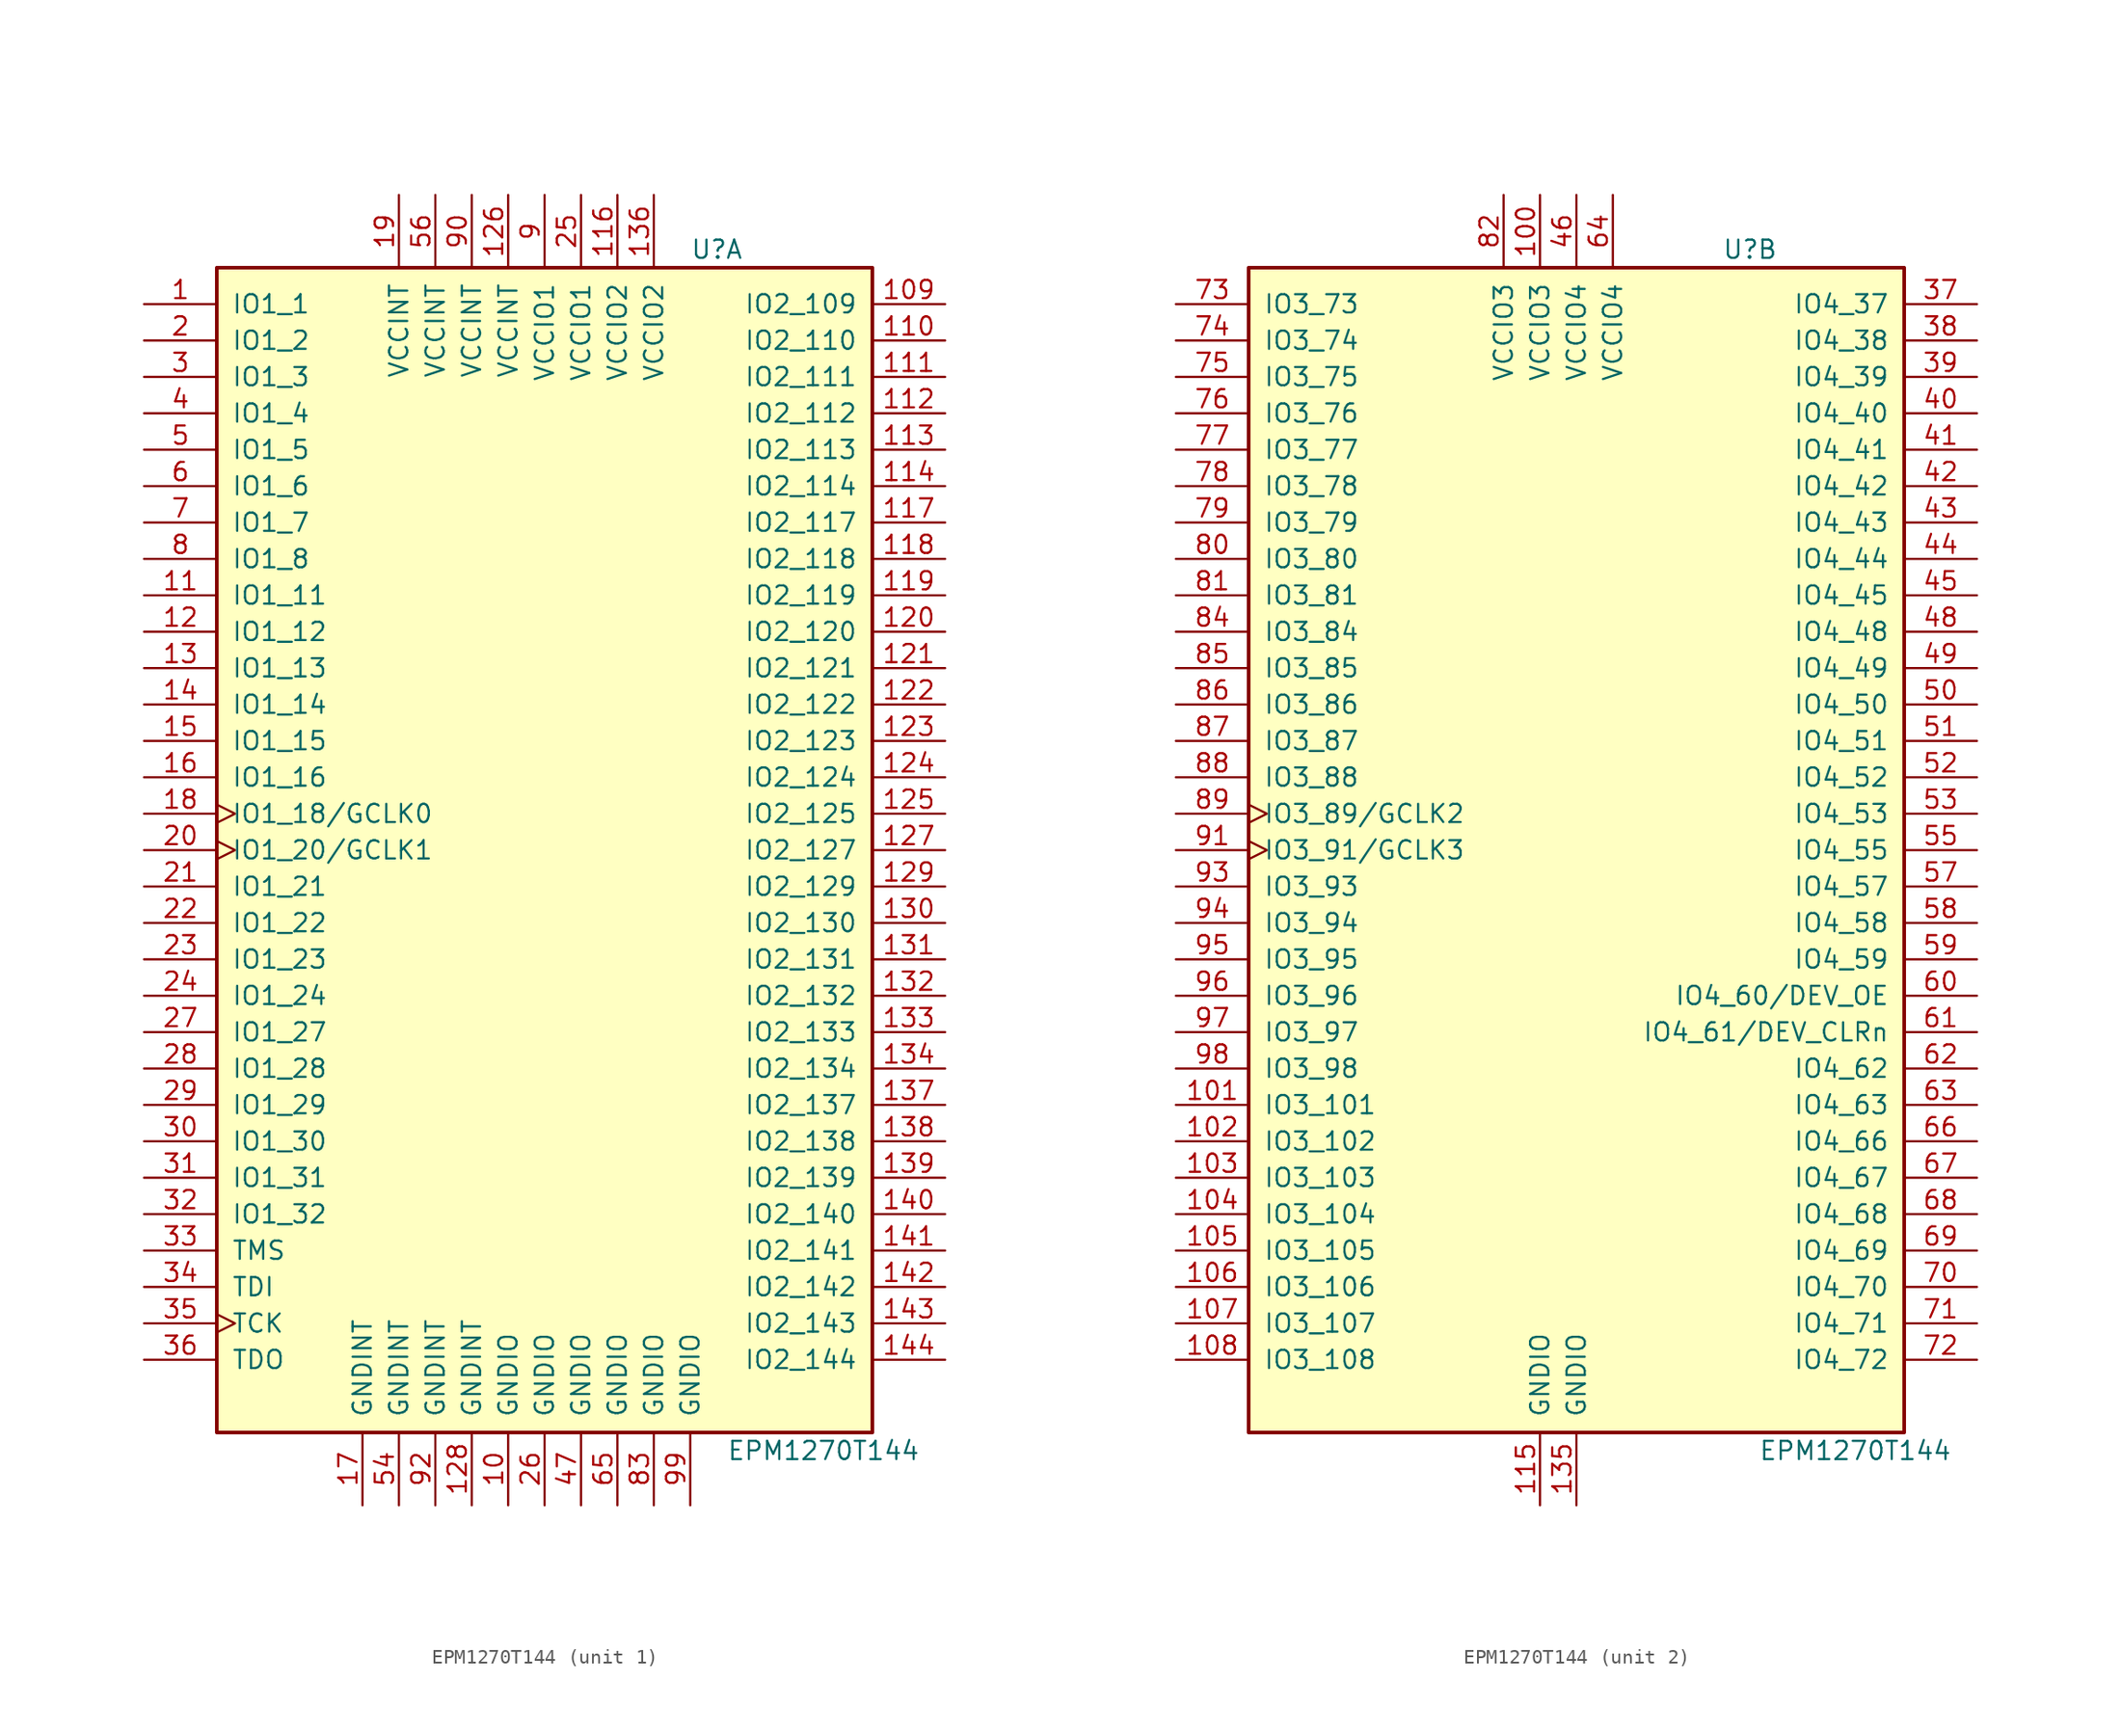
<source format=kicad_sym>
(kicad_symbol_lib
  (version 20211014)
  (generator kicad_symbol_editor)
  (symbol "EPM1270T144"
    (pin_names
      (offset 1.016))
    (property "Reference" "U"
      (at 10.16 41.91 0)
      (effects (font (size 1.27 1.27)) (justify left)))
    (property "Value" "EPM1270T144"
      (at 12.7 -41.91 0)
      (effects (font (size 1.27 1.27)) (justify left)))
    (property "ki_locked" ""
      (at 0 0 0)
      (effects (font (size 1.27 1.27))))
    (symbol "EPM1270T144_1_1"
      (rectangle (start -22.86 40.64) (end 22.86 -40.64) (stroke (width 0.254) (type default) (color 0 0 0 0)) (fill (type background)))
      (pin bidirectional line (at -27.94 38.1 0) (length 5.08) (name "IO1_1" (effects (font (size 1.27 1.27)))) (number "1" (effects (font (size 1.27 1.27)))))
      (pin power_in line (at -2.54 -45.72 90) (length 5.08) (name "GNDIO" (effects (font (size 1.27 1.27)))) (number "10" (effects (font (size 1.27 1.27)))))
      (pin bidirectional line (at 27.94 38.1 180) (length 5.08) (name "IO2_109" (effects (font (size 1.27 1.27)))) (number "109" (effects (font (size 1.27 1.27)))))
      (pin bidirectional line (at -27.94 17.78 0) (length 5.08) (name "IO1_11" (effects (font (size 1.27 1.27)))) (number "11" (effects (font (size 1.27 1.27)))))
      (pin bidirectional line (at 27.94 35.56 180) (length 5.08) (name "IO2_110" (effects (font (size 1.27 1.27)))) (number "110" (effects (font (size 1.27 1.27)))))
      (pin bidirectional line (at 27.94 33.02 180) (length 5.08) (name "IO2_111" (effects (font (size 1.27 1.27)))) (number "111" (effects (font (size 1.27 1.27)))))
      (pin bidirectional line (at 27.94 30.48 180) (length 5.08) (name "IO2_112" (effects (font (size 1.27 1.27)))) (number "112" (effects (font (size 1.27 1.27)))))
      (pin bidirectional line (at 27.94 27.94 180) (length 5.08) (name "IO2_113" (effects (font (size 1.27 1.27)))) (number "113" (effects (font (size 1.27 1.27)))))
      (pin bidirectional line (at 27.94 25.4 180) (length 5.08) (name "IO2_114" (effects (font (size 1.27 1.27)))) (number "114" (effects (font (size 1.27 1.27)))))
      (pin power_in line (at 5.08 45.72 270) (length 5.08) (name "VCCIO2" (effects (font (size 1.27 1.27)))) (number "116" (effects (font (size 1.27 1.27)))))
      (pin bidirectional line (at 27.94 22.86 180) (length 5.08) (name "IO2_117" (effects (font (size 1.27 1.27)))) (number "117" (effects (font (size 1.27 1.27)))))
      (pin bidirectional line (at 27.94 20.32 180) (length 5.08) (name "IO2_118" (effects (font (size 1.27 1.27)))) (number "118" (effects (font (size 1.27 1.27)))))
      (pin bidirectional line (at 27.94 17.78 180) (length 5.08) (name "IO2_119" (effects (font (size 1.27 1.27)))) (number "119" (effects (font (size 1.27 1.27)))))
      (pin bidirectional line (at -27.94 15.24 0) (length 5.08) (name "IO1_12" (effects (font (size 1.27 1.27)))) (number "12" (effects (font (size 1.27 1.27)))))
      (pin bidirectional line (at 27.94 15.24 180) (length 5.08) (name "IO2_120" (effects (font (size 1.27 1.27)))) (number "120" (effects (font (size 1.27 1.27)))))
      (pin bidirectional line (at 27.94 12.7 180) (length 5.08) (name "IO2_121" (effects (font (size 1.27 1.27)))) (number "121" (effects (font (size 1.27 1.27)))))
      (pin bidirectional line (at 27.94 10.16 180) (length 5.08) (name "IO2_122" (effects (font (size 1.27 1.27)))) (number "122" (effects (font (size 1.27 1.27)))))
      (pin bidirectional line (at 27.94 7.62 180) (length 5.08) (name "IO2_123" (effects (font (size 1.27 1.27)))) (number "123" (effects (font (size 1.27 1.27)))))
      (pin bidirectional line (at 27.94 5.08 180) (length 5.08) (name "IO2_124" (effects (font (size 1.27 1.27)))) (number "124" (effects (font (size 1.27 1.27)))))
      (pin bidirectional line (at 27.94 2.54 180) (length 5.08) (name "IO2_125" (effects (font (size 1.27 1.27)))) (number "125" (effects (font (size 1.27 1.27)))))
      (pin power_in line (at -2.54 45.72 270) (length 5.08) (name "VCCINT" (effects (font (size 1.27 1.27)))) (number "126" (effects (font (size 1.27 1.27)))))
      (pin bidirectional line (at 27.94 0 180) (length 5.08) (name "IO2_127" (effects (font (size 1.27 1.27)))) (number "127" (effects (font (size 1.27 1.27)))))
      (pin power_in line (at -5.08 -45.72 90) (length 5.08) (name "GNDINT" (effects (font (size 1.27 1.27)))) (number "128" (effects (font (size 1.27 1.27)))))
      (pin bidirectional line (at 27.94 -2.54 180) (length 5.08) (name "IO2_129" (effects (font (size 1.27 1.27)))) (number "129" (effects (font (size 1.27 1.27)))))
      (pin bidirectional line (at -27.94 12.7 0) (length 5.08) (name "IO1_13" (effects (font (size 1.27 1.27)))) (number "13" (effects (font (size 1.27 1.27)))))
      (pin bidirectional line (at 27.94 -5.08 180) (length 5.08) (name "IO2_130" (effects (font (size 1.27 1.27)))) (number "130" (effects (font (size 1.27 1.27)))))
      (pin bidirectional line (at 27.94 -7.62 180) (length 5.08) (name "IO2_131" (effects (font (size 1.27 1.27)))) (number "131" (effects (font (size 1.27 1.27)))))
      (pin bidirectional line (at 27.94 -10.16 180) (length 5.08) (name "IO2_132" (effects (font (size 1.27 1.27)))) (number "132" (effects (font (size 1.27 1.27)))))
      (pin bidirectional line (at 27.94 -12.7 180) (length 5.08) (name "IO2_133" (effects (font (size 1.27 1.27)))) (number "133" (effects (font (size 1.27 1.27)))))
      (pin bidirectional line (at 27.94 -15.24 180) (length 5.08) (name "IO2_134" (effects (font (size 1.27 1.27)))) (number "134" (effects (font (size 1.27 1.27)))))
      (pin power_in line (at 7.62 45.72 270) (length 5.08) (name "VCCIO2" (effects (font (size 1.27 1.27)))) (number "136" (effects (font (size 1.27 1.27)))))
      (pin bidirectional line (at 27.94 -17.78 180) (length 5.08) (name "IO2_137" (effects (font (size 1.27 1.27)))) (number "137" (effects (font (size 1.27 1.27)))))
      (pin bidirectional line (at 27.94 -20.32 180) (length 5.08) (name "IO2_138" (effects (font (size 1.27 1.27)))) (number "138" (effects (font (size 1.27 1.27)))))
      (pin bidirectional line (at 27.94 -22.86 180) (length 5.08) (name "IO2_139" (effects (font (size 1.27 1.27)))) (number "139" (effects (font (size 1.27 1.27)))))
      (pin bidirectional line (at -27.94 10.16 0) (length 5.08) (name "IO1_14" (effects (font (size 1.27 1.27)))) (number "14" (effects (font (size 1.27 1.27)))))
      (pin bidirectional line (at 27.94 -25.4 180) (length 5.08) (name "IO2_140" (effects (font (size 1.27 1.27)))) (number "140" (effects (font (size 1.27 1.27)))))
      (pin bidirectional line (at 27.94 -27.94 180) (length 5.08) (name "IO2_141" (effects (font (size 1.27 1.27)))) (number "141" (effects (font (size 1.27 1.27)))))
      (pin bidirectional line (at 27.94 -30.48 180) (length 5.08) (name "IO2_142" (effects (font (size 1.27 1.27)))) (number "142" (effects (font (size 1.27 1.27)))))
      (pin bidirectional line (at 27.94 -33.02 180) (length 5.08) (name "IO2_143" (effects (font (size 1.27 1.27)))) (number "143" (effects (font (size 1.27 1.27)))))
      (pin bidirectional line (at 27.94 -35.56 180) (length 5.08) (name "IO2_144" (effects (font (size 1.27 1.27)))) (number "144" (effects (font (size 1.27 1.27)))))
      (pin bidirectional line (at -27.94 7.62 0) (length 5.08) (name "IO1_15" (effects (font (size 1.27 1.27)))) (number "15" (effects (font (size 1.27 1.27)))))
      (pin bidirectional line (at -27.94 5.08 0) (length 5.08) (name "IO1_16" (effects (font (size 1.27 1.27)))) (number "16" (effects (font (size 1.27 1.27)))))
      (pin power_in line (at -12.7 -45.72 90) (length 5.08) (name "GNDINT" (effects (font (size 1.27 1.27)))) (number "17" (effects (font (size 1.27 1.27)))))
      (pin bidirectional clock (at -27.94 2.54 0) (length 5.08) (name "IO1_18/GCLK0" (effects (font (size 1.27 1.27)))) (number "18" (effects (font (size 1.27 1.27)))))
      (pin power_in line (at -10.16 45.72 270) (length 5.08) (name "VCCINT" (effects (font (size 1.27 1.27)))) (number "19" (effects (font (size 1.27 1.27)))))
      (pin bidirectional line (at -27.94 35.56 0) (length 5.08) (name "IO1_2" (effects (font (size 1.27 1.27)))) (number "2" (effects (font (size 1.27 1.27)))))
      (pin bidirectional clock (at -27.94 0 0) (length 5.08) (name "IO1_20/GCLK1" (effects (font (size 1.27 1.27)))) (number "20" (effects (font (size 1.27 1.27)))))
      (pin bidirectional line (at -27.94 -2.54 0) (length 5.08) (name "IO1_21" (effects (font (size 1.27 1.27)))) (number "21" (effects (font (size 1.27 1.27)))))
      (pin bidirectional line (at -27.94 -5.08 0) (length 5.08) (name "IO1_22" (effects (font (size 1.27 1.27)))) (number "22" (effects (font (size 1.27 1.27)))))
      (pin bidirectional line (at -27.94 -7.62 0) (length 5.08) (name "IO1_23" (effects (font (size 1.27 1.27)))) (number "23" (effects (font (size 1.27 1.27)))))
      (pin bidirectional line (at -27.94 -10.16 0) (length 5.08) (name "IO1_24" (effects (font (size 1.27 1.27)))) (number "24" (effects (font (size 1.27 1.27)))))
      (pin power_in line (at 2.54 45.72 270) (length 5.08) (name "VCCIO1" (effects (font (size 1.27 1.27)))) (number "25" (effects (font (size 1.27 1.27)))))
      (pin power_in line (at 0 -45.72 90) (length 5.08) (name "GNDIO" (effects (font (size 1.27 1.27)))) (number "26" (effects (font (size 1.27 1.27)))))
      (pin bidirectional line (at -27.94 -12.7 0) (length 5.08) (name "IO1_27" (effects (font (size 1.27 1.27)))) (number "27" (effects (font (size 1.27 1.27)))))
      (pin bidirectional line (at -27.94 -15.24 0) (length 5.08) (name "IO1_28" (effects (font (size 1.27 1.27)))) (number "28" (effects (font (size 1.27 1.27)))))
      (pin bidirectional line (at -27.94 -17.78 0) (length 5.08) (name "IO1_29" (effects (font (size 1.27 1.27)))) (number "29" (effects (font (size 1.27 1.27)))))
      (pin bidirectional line (at -27.94 33.02 0) (length 5.08) (name "IO1_3" (effects (font (size 1.27 1.27)))) (number "3" (effects (font (size 1.27 1.27)))))
      (pin bidirectional line (at -27.94 -20.32 0) (length 5.08) (name "IO1_30" (effects (font (size 1.27 1.27)))) (number "30" (effects (font (size 1.27 1.27)))))
      (pin bidirectional line (at -27.94 -22.86 0) (length 5.08) (name "IO1_31" (effects (font (size 1.27 1.27)))) (number "31" (effects (font (size 1.27 1.27)))))
      (pin bidirectional line (at -27.94 -25.4 0) (length 5.08) (name "IO1_32" (effects (font (size 1.27 1.27)))) (number "32" (effects (font (size 1.27 1.27)))))
      (pin input line (at -27.94 -27.94 0) (length 5.08) (name "TMS" (effects (font (size 1.27 1.27)))) (number "33" (effects (font (size 1.27 1.27)))))
      (pin input line (at -27.94 -30.48 0) (length 5.08) (name "TDI" (effects (font (size 1.27 1.27)))) (number "34" (effects (font (size 1.27 1.27)))))
      (pin input clock (at -27.94 -33.02 0) (length 5.08) (name "TCK" (effects (font (size 1.27 1.27)))) (number "35" (effects (font (size 1.27 1.27)))))
      (pin output line (at -27.94 -35.56 0) (length 5.08) (name "TDO" (effects (font (size 1.27 1.27)))) (number "36" (effects (font (size 1.27 1.27)))))
      (pin bidirectional line (at -27.94 30.48 0) (length 5.08) (name "IO1_4" (effects (font (size 1.27 1.27)))) (number "4" (effects (font (size 1.27 1.27)))))
      (pin power_in line (at 2.54 -45.72 90) (length 5.08) (name "GNDIO" (effects (font (size 1.27 1.27)))) (number "47" (effects (font (size 1.27 1.27)))))
      (pin bidirectional line (at -27.94 27.94 0) (length 5.08) (name "IO1_5" (effects (font (size 1.27 1.27)))) (number "5" (effects (font (size 1.27 1.27)))))
      (pin power_in line (at -10.16 -45.72 90) (length 5.08) (name "GNDINT" (effects (font (size 1.27 1.27)))) (number "54" (effects (font (size 1.27 1.27)))))
      (pin power_in line (at -7.62 45.72 270) (length 5.08) (name "VCCINT" (effects (font (size 1.27 1.27)))) (number "56" (effects (font (size 1.27 1.27)))))
      (pin bidirectional line (at -27.94 25.4 0) (length 5.08) (name "IO1_6" (effects (font (size 1.27 1.27)))) (number "6" (effects (font (size 1.27 1.27)))))
      (pin power_in line (at 5.08 -45.72 90) (length 5.08) (name "GNDIO" (effects (font (size 1.27 1.27)))) (number "65" (effects (font (size 1.27 1.27)))))
      (pin bidirectional line (at -27.94 22.86 0) (length 5.08) (name "IO1_7" (effects (font (size 1.27 1.27)))) (number "7" (effects (font (size 1.27 1.27)))))
      (pin bidirectional line (at -27.94 20.32 0) (length 5.08) (name "IO1_8" (effects (font (size 1.27 1.27)))) (number "8" (effects (font (size 1.27 1.27)))))
      (pin power_in line (at 7.62 -45.72 90) (length 5.08) (name "GNDIO" (effects (font (size 1.27 1.27)))) (number "83" (effects (font (size 1.27 1.27)))))
      (pin power_in line (at 0 45.72 270) (length 5.08) (name "VCCIO1" (effects (font (size 1.27 1.27)))) (number "9" (effects (font (size 1.27 1.27)))))
      (pin power_in line (at -5.08 45.72 270) (length 5.08) (name "VCCINT" (effects (font (size 1.27 1.27)))) (number "90" (effects (font (size 1.27 1.27)))))
      (pin power_in line (at -7.62 -45.72 90) (length 5.08) (name "GNDINT" (effects (font (size 1.27 1.27)))) (number "92" (effects (font (size 1.27 1.27)))))
      (pin power_in line (at 10.16 -45.72 90) (length 5.08) (name "GNDIO" (effects (font (size 1.27 1.27)))) (number "99" (effects (font (size 1.27 1.27))))))
    (symbol "EPM1270T144_2_1"
      (rectangle (start -22.86 40.64) (end 22.86 -40.64) (stroke (width 0.254) (type default) (color 0 0 0 0)) (fill (type background)))
      (pin power_in line (at -2.54 45.72 270) (length 5.08) (name "VCCIO3" (effects (font (size 1.27 1.27)))) (number "100" (effects (font (size 1.27 1.27)))))
      (pin bidirectional line (at -27.94 -17.78 0) (length 5.08) (name "IO3_101" (effects (font (size 1.27 1.27)))) (number "101" (effects (font (size 1.27 1.27)))))
      (pin bidirectional line (at -27.94 -20.32 0) (length 5.08) (name "IO3_102" (effects (font (size 1.27 1.27)))) (number "102" (effects (font (size 1.27 1.27)))))
      (pin bidirectional line (at -27.94 -22.86 0) (length 5.08) (name "IO3_103" (effects (font (size 1.27 1.27)))) (number "103" (effects (font (size 1.27 1.27)))))
      (pin bidirectional line (at -27.94 -25.4 0) (length 5.08) (name "IO3_104" (effects (font (size 1.27 1.27)))) (number "104" (effects (font (size 1.27 1.27)))))
      (pin bidirectional line (at -27.94 -27.94 0) (length 5.08) (name "IO3_105" (effects (font (size 1.27 1.27)))) (number "105" (effects (font (size 1.27 1.27)))))
      (pin bidirectional line (at -27.94 -30.48 0) (length 5.08) (name "IO3_106" (effects (font (size 1.27 1.27)))) (number "106" (effects (font (size 1.27 1.27)))))
      (pin bidirectional line (at -27.94 -33.02 0) (length 5.08) (name "IO3_107" (effects (font (size 1.27 1.27)))) (number "107" (effects (font (size 1.27 1.27)))))
      (pin bidirectional line (at -27.94 -35.56 0) (length 5.08) (name "IO3_108" (effects (font (size 1.27 1.27)))) (number "108" (effects (font (size 1.27 1.27)))))
      (pin power_in line (at -2.54 -45.72 90) (length 5.08) (name "GNDIO" (effects (font (size 1.27 1.27)))) (number "115" (effects (font (size 1.27 1.27)))))
      (pin power_in line (at 0 -45.72 90) (length 5.08) (name "GNDIO" (effects (font (size 1.27 1.27)))) (number "135" (effects (font (size 1.27 1.27)))))
      (pin bidirectional line (at 27.94 38.1 180) (length 5.08) (name "IO4_37" (effects (font (size 1.27 1.27)))) (number "37" (effects (font (size 1.27 1.27)))))
      (pin bidirectional line (at 27.94 35.56 180) (length 5.08) (name "IO4_38" (effects (font (size 1.27 1.27)))) (number "38" (effects (font (size 1.27 1.27)))))
      (pin bidirectional line (at 27.94 33.02 180) (length 5.08) (name "IO4_39" (effects (font (size 1.27 1.27)))) (number "39" (effects (font (size 1.27 1.27)))))
      (pin bidirectional line (at 27.94 30.48 180) (length 5.08) (name "IO4_40" (effects (font (size 1.27 1.27)))) (number "40" (effects (font (size 1.27 1.27)))))
      (pin bidirectional line (at 27.94 27.94 180) (length 5.08) (name "IO4_41" (effects (font (size 1.27 1.27)))) (number "41" (effects (font (size 1.27 1.27)))))
      (pin bidirectional line (at 27.94 25.4 180) (length 5.08) (name "IO4_42" (effects (font (size 1.27 1.27)))) (number "42" (effects (font (size 1.27 1.27)))))
      (pin bidirectional line (at 27.94 22.86 180) (length 5.08) (name "IO4_43" (effects (font (size 1.27 1.27)))) (number "43" (effects (font (size 1.27 1.27)))))
      (pin bidirectional line (at 27.94 20.32 180) (length 5.08) (name "IO4_44" (effects (font (size 1.27 1.27)))) (number "44" (effects (font (size 1.27 1.27)))))
      (pin bidirectional line (at 27.94 17.78 180) (length 5.08) (name "IO4_45" (effects (font (size 1.27 1.27)))) (number "45" (effects (font (size 1.27 1.27)))))
      (pin power_in line (at 0 45.72 270) (length 5.08) (name "VCCIO4" (effects (font (size 1.27 1.27)))) (number "46" (effects (font (size 1.27 1.27)))))
      (pin bidirectional line (at 27.94 15.24 180) (length 5.08) (name "IO4_48" (effects (font (size 1.27 1.27)))) (number "48" (effects (font (size 1.27 1.27)))))
      (pin bidirectional line (at 27.94 12.7 180) (length 5.08) (name "IO4_49" (effects (font (size 1.27 1.27)))) (number "49" (effects (font (size 1.27 1.27)))))
      (pin bidirectional line (at 27.94 10.16 180) (length 5.08) (name "IO4_50" (effects (font (size 1.27 1.27)))) (number "50" (effects (font (size 1.27 1.27)))))
      (pin bidirectional line (at 27.94 7.62 180) (length 5.08) (name "IO4_51" (effects (font (size 1.27 1.27)))) (number "51" (effects (font (size 1.27 1.27)))))
      (pin bidirectional line (at 27.94 5.08 180) (length 5.08) (name "IO4_52" (effects (font (size 1.27 1.27)))) (number "52" (effects (font (size 1.27 1.27)))))
      (pin bidirectional line (at 27.94 2.54 180) (length 5.08) (name "IO4_53" (effects (font (size 1.27 1.27)))) (number "53" (effects (font (size 1.27 1.27)))))
      (pin bidirectional line (at 27.94 0 180) (length 5.08) (name "IO4_55" (effects (font (size 1.27 1.27)))) (number "55" (effects (font (size 1.27 1.27)))))
      (pin bidirectional line (at 27.94 -2.54 180) (length 5.08) (name "IO4_57" (effects (font (size 1.27 1.27)))) (number "57" (effects (font (size 1.27 1.27)))))
      (pin bidirectional line (at 27.94 -5.08 180) (length 5.08) (name "IO4_58" (effects (font (size 1.27 1.27)))) (number "58" (effects (font (size 1.27 1.27)))))
      (pin bidirectional line (at 27.94 -7.62 180) (length 5.08) (name "IO4_59" (effects (font (size 1.27 1.27)))) (number "59" (effects (font (size 1.27 1.27)))))
      (pin bidirectional line (at 27.94 -10.16 180) (length 5.08) (name "IO4_60/DEV_OE" (effects (font (size 1.27 1.27)))) (number "60" (effects (font (size 1.27 1.27)))))
      (pin bidirectional line (at 27.94 -12.7 180) (length 5.08) (name "IO4_61/DEV_CLRn" (effects (font (size 1.27 1.27)))) (number "61" (effects (font (size 1.27 1.27)))))
      (pin bidirectional line (at 27.94 -15.24 180) (length 5.08) (name "IO4_62" (effects (font (size 1.27 1.27)))) (number "62" (effects (font (size 1.27 1.27)))))
      (pin bidirectional line (at 27.94 -17.78 180) (length 5.08) (name "IO4_63" (effects (font (size 1.27 1.27)))) (number "63" (effects (font (size 1.27 1.27)))))
      (pin power_in line (at 2.54 45.72 270) (length 5.08) (name "VCCIO4" (effects (font (size 1.27 1.27)))) (number "64" (effects (font (size 1.27 1.27)))))
      (pin bidirectional line (at 27.94 -20.32 180) (length 5.08) (name "IO4_66" (effects (font (size 1.27 1.27)))) (number "66" (effects (font (size 1.27 1.27)))))
      (pin bidirectional line (at 27.94 -22.86 180) (length 5.08) (name "IO4_67" (effects (font (size 1.27 1.27)))) (number "67" (effects (font (size 1.27 1.27)))))
      (pin bidirectional line (at 27.94 -25.4 180) (length 5.08) (name "IO4_68" (effects (font (size 1.27 1.27)))) (number "68" (effects (font (size 1.27 1.27)))))
      (pin bidirectional line (at 27.94 -27.94 180) (length 5.08) (name "IO4_69" (effects (font (size 1.27 1.27)))) (number "69" (effects (font (size 1.27 1.27)))))
      (pin bidirectional line (at 27.94 -30.48 180) (length 5.08) (name "IO4_70" (effects (font (size 1.27 1.27)))) (number "70" (effects (font (size 1.27 1.27)))))
      (pin bidirectional line (at 27.94 -33.02 180) (length 5.08) (name "IO4_71" (effects (font (size 1.27 1.27)))) (number "71" (effects (font (size 1.27 1.27)))))
      (pin bidirectional line (at 27.94 -35.56 180) (length 5.08) (name "IO4_72" (effects (font (size 1.27 1.27)))) (number "72" (effects (font (size 1.27 1.27)))))
      (pin bidirectional line (at -27.94 38.1 0) (length 5.08) (name "IO3_73" (effects (font (size 1.27 1.27)))) (number "73" (effects (font (size 1.27 1.27)))))
      (pin bidirectional line (at -27.94 35.56 0) (length 5.08) (name "IO3_74" (effects (font (size 1.27 1.27)))) (number "74" (effects (font (size 1.27 1.27)))))
      (pin bidirectional line (at -27.94 33.02 0) (length 5.08) (name "IO3_75" (effects (font (size 1.27 1.27)))) (number "75" (effects (font (size 1.27 1.27)))))
      (pin bidirectional line (at -27.94 30.48 0) (length 5.08) (name "IO3_76" (effects (font (size 1.27 1.27)))) (number "76" (effects (font (size 1.27 1.27)))))
      (pin bidirectional line (at -27.94 27.94 0) (length 5.08) (name "IO3_77" (effects (font (size 1.27 1.27)))) (number "77" (effects (font (size 1.27 1.27)))))
      (pin bidirectional line (at -27.94 25.4 0) (length 5.08) (name "IO3_78" (effects (font (size 1.27 1.27)))) (number "78" (effects (font (size 1.27 1.27)))))
      (pin bidirectional line (at -27.94 22.86 0) (length 5.08) (name "IO3_79" (effects (font (size 1.27 1.27)))) (number "79" (effects (font (size 1.27 1.27)))))
      (pin bidirectional line (at -27.94 20.32 0) (length 5.08) (name "IO3_80" (effects (font (size 1.27 1.27)))) (number "80" (effects (font (size 1.27 1.27)))))
      (pin bidirectional line (at -27.94 17.78 0) (length 5.08) (name "IO3_81" (effects (font (size 1.27 1.27)))) (number "81" (effects (font (size 1.27 1.27)))))
      (pin power_in line (at -5.08 45.72 270) (length 5.08) (name "VCCIO3" (effects (font (size 1.27 1.27)))) (number "82" (effects (font (size 1.27 1.27)))))
      (pin bidirectional line (at -27.94 15.24 0) (length 5.08) (name "IO3_84" (effects (font (size 1.27 1.27)))) (number "84" (effects (font (size 1.27 1.27)))))
      (pin bidirectional line (at -27.94 12.7 0) (length 5.08) (name "IO3_85" (effects (font (size 1.27 1.27)))) (number "85" (effects (font (size 1.27 1.27)))))
      (pin bidirectional line (at -27.94 10.16 0) (length 5.08) (name "IO3_86" (effects (font (size 1.27 1.27)))) (number "86" (effects (font (size 1.27 1.27)))))
      (pin bidirectional line (at -27.94 7.62 0) (length 5.08) (name "IO3_87" (effects (font (size 1.27 1.27)))) (number "87" (effects (font (size 1.27 1.27)))))
      (pin bidirectional line (at -27.94 5.08 0) (length 5.08) (name "IO3_88" (effects (font (size 1.27 1.27)))) (number "88" (effects (font (size 1.27 1.27)))))
      (pin bidirectional clock (at -27.94 2.54 0) (length 5.08) (name "IO3_89/GCLK2" (effects (font (size 1.27 1.27)))) (number "89" (effects (font (size 1.27 1.27)))))
      (pin bidirectional clock (at -27.94 0 0) (length 5.08) (name "IO3_91/GCLK3" (effects (font (size 1.27 1.27)))) (number "91" (effects (font (size 1.27 1.27)))))
      (pin bidirectional line (at -27.94 -2.54 0) (length 5.08) (name "IO3_93" (effects (font (size 1.27 1.27)))) (number "93" (effects (font (size 1.27 1.27)))))
      (pin bidirectional line (at -27.94 -5.08 0) (length 5.08) (name "IO3_94" (effects (font (size 1.27 1.27)))) (number "94" (effects (font (size 1.27 1.27)))))
      (pin bidirectional line (at -27.94 -7.62 0) (length 5.08) (name "IO3_95" (effects (font (size 1.27 1.27)))) (number "95" (effects (font (size 1.27 1.27)))))
      (pin bidirectional line (at -27.94 -10.16 0) (length 5.08) (name "IO3_96" (effects (font (size 1.27 1.27)))) (number "96" (effects (font (size 1.27 1.27)))))
      (pin bidirectional line (at -27.94 -12.7 0) (length 5.08) (name "IO3_97" (effects (font (size 1.27 1.27)))) (number "97" (effects (font (size 1.27 1.27)))))
      (pin bidirectional line (at -27.94 -15.24 0) (length 5.08) (name "IO3_98" (effects (font (size 1.27 1.27)))) (number "98" (effects (font (size 1.27 1.27))))))))
</source>
